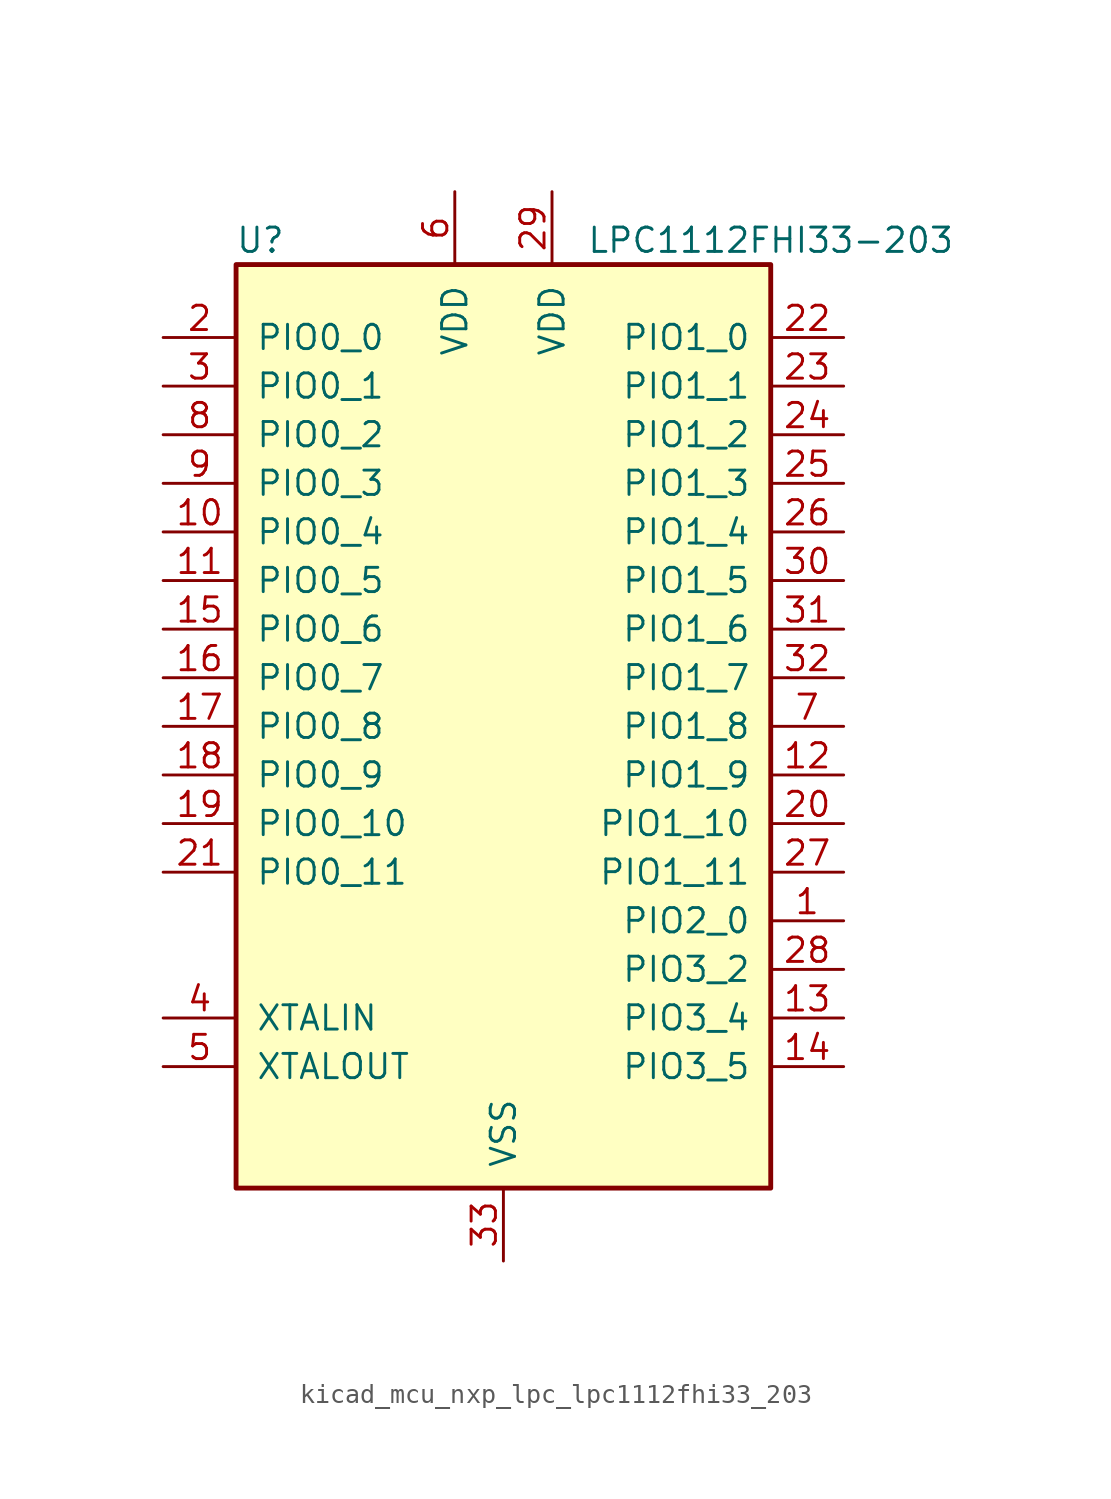
<source format=kicad_sym>
(kicad_symbol_lib
  (version 20220914)
  (generator kicad_symbol_editor)
  (symbol "kicad_mcu_nxp_lpc_lpc1112fhi33_203"
    (pin_names
      (offset 1.016))
    (property "Reference" "U"
      (at -12.7 25.4 0)
      (effects (font (size 1.27 1.27))))
    (property "Value" "LPC1112FHI33-203"
      (at 13.97 25.4 0)
      (effects (font (size 1.27 1.27))))
    (symbol "kicad_mcu_nxp_lpc_lpc1112fhi33_203_0_1"
      (rectangle (start -13.97 24.13) (end 13.97 -24.13) (stroke (width 0.254) (type default)) (fill (type background))))
    (symbol "kicad_mcu_nxp_lpc_lpc1112fhi33_203_1_1"
      (pin bidirectional line (at 17.78 -10.16 180) (length 3.81) (name "PIO2_0" (effects (font (size 1.27 1.27)))) (number "1" (effects (font (size 1.27 1.27)))))
      (pin bidirectional line (at -17.78 10.16 0) (length 3.81) (name "PIO0_4" (effects (font (size 1.27 1.27)))) (number "10" (effects (font (size 1.27 1.27)))))
      (pin bidirectional line (at -17.78 7.62 0) (length 3.81) (name "PIO0_5" (effects (font (size 1.27 1.27)))) (number "11" (effects (font (size 1.27 1.27)))))
      (pin bidirectional line (at 17.78 -2.54 180) (length 3.81) (name "PIO1_9" (effects (font (size 1.27 1.27)))) (number "12" (effects (font (size 1.27 1.27)))))
      (pin bidirectional line (at 17.78 -15.24 180) (length 3.81) (name "PIO3_4" (effects (font (size 1.27 1.27)))) (number "13" (effects (font (size 1.27 1.27)))))
      (pin bidirectional line (at 17.78 -17.78 180) (length 3.81) (name "PIO3_5" (effects (font (size 1.27 1.27)))) (number "14" (effects (font (size 1.27 1.27)))))
      (pin bidirectional line (at -17.78 5.08 0) (length 3.81) (name "PIO0_6" (effects (font (size 1.27 1.27)))) (number "15" (effects (font (size 1.27 1.27)))))
      (pin bidirectional line (at -17.78 2.54 0) (length 3.81) (name "PIO0_7" (effects (font (size 1.27 1.27)))) (number "16" (effects (font (size 1.27 1.27)))))
      (pin bidirectional line (at -17.78 0 0) (length 3.81) (name "PIO0_8" (effects (font (size 1.27 1.27)))) (number "17" (effects (font (size 1.27 1.27)))))
      (pin bidirectional line (at -17.78 -2.54 0) (length 3.81) (name "PIO0_9" (effects (font (size 1.27 1.27)))) (number "18" (effects (font (size 1.27 1.27)))))
      (pin bidirectional line (at -17.78 -5.08 0) (length 3.81) (name "PIO0_10" (effects (font (size 1.27 1.27)))) (number "19" (effects (font (size 1.27 1.27)))))
      (pin bidirectional line (at -17.78 20.32 0) (length 3.81) (name "PIO0_0" (effects (font (size 1.27 1.27)))) (number "2" (effects (font (size 1.27 1.27)))))
      (pin bidirectional line (at 17.78 -5.08 180) (length 3.81) (name "PIO1_10" (effects (font (size 1.27 1.27)))) (number "20" (effects (font (size 1.27 1.27)))))
      (pin bidirectional line (at -17.78 -7.62 0) (length 3.81) (name "PIO0_11" (effects (font (size 1.27 1.27)))) (number "21" (effects (font (size 1.27 1.27)))))
      (pin bidirectional line (at 17.78 20.32 180) (length 3.81) (name "PIO1_0" (effects (font (size 1.27 1.27)))) (number "22" (effects (font (size 1.27 1.27)))))
      (pin bidirectional line (at 17.78 17.78 180) (length 3.81) (name "PIO1_1" (effects (font (size 1.27 1.27)))) (number "23" (effects (font (size 1.27 1.27)))))
      (pin bidirectional line (at 17.78 15.24 180) (length 3.81) (name "PIO1_2" (effects (font (size 1.27 1.27)))) (number "24" (effects (font (size 1.27 1.27)))))
      (pin bidirectional line (at 17.78 12.7 180) (length 3.81) (name "PIO1_3" (effects (font (size 1.27 1.27)))) (number "25" (effects (font (size 1.27 1.27)))))
      (pin bidirectional line (at 17.78 10.16 180) (length 3.81) (name "PIO1_4" (effects (font (size 1.27 1.27)))) (number "26" (effects (font (size 1.27 1.27)))))
      (pin bidirectional line (at 17.78 -7.62 180) (length 3.81) (name "PIO1_11" (effects (font (size 1.27 1.27)))) (number "27" (effects (font (size 1.27 1.27)))))
      (pin bidirectional line (at 17.78 -12.7 180) (length 3.81) (name "PIO3_2" (effects (font (size 1.27 1.27)))) (number "28" (effects (font (size 1.27 1.27)))))
      (pin power_in line (at 2.54 27.94 270) (length 3.81) (name "VDD" (effects (font (size 1.27 1.27)))) (number "29" (effects (font (size 1.27 1.27)))))
      (pin bidirectional line (at -17.78 17.78 0) (length 3.81) (name "PIO0_1" (effects (font (size 1.27 1.27)))) (number "3" (effects (font (size 1.27 1.27)))))
      (pin bidirectional line (at 17.78 7.62 180) (length 3.81) (name "PIO1_5" (effects (font (size 1.27 1.27)))) (number "30" (effects (font (size 1.27 1.27)))))
      (pin bidirectional line (at 17.78 5.08 180) (length 3.81) (name "PIO1_6" (effects (font (size 1.27 1.27)))) (number "31" (effects (font (size 1.27 1.27)))))
      (pin bidirectional line (at 17.78 2.54 180) (length 3.81) (name "PIO1_7" (effects (font (size 1.27 1.27)))) (number "32" (effects (font (size 1.27 1.27)))))
      (pin power_in line (at 0 -27.94 90) (length 3.81) (name "VSS" (effects (font (size 1.27 1.27)))) (number "33" (effects (font (size 1.27 1.27)))))
      (pin input line (at -17.78 -15.24 0) (length 3.81) (name "XTALIN" (effects (font (size 1.27 1.27)))) (number "4" (effects (font (size 1.27 1.27)))))
      (pin output line (at -17.78 -17.78 0) (length 3.81) (name "XTALOUT" (effects (font (size 1.27 1.27)))) (number "5" (effects (font (size 1.27 1.27)))))
      (pin power_in line (at -2.54 27.94 270) (length 3.81) (name "VDD" (effects (font (size 1.27 1.27)))) (number "6" (effects (font (size 1.27 1.27)))))
      (pin bidirectional line (at 17.78 0 180) (length 3.81) (name "PIO1_8" (effects (font (size 1.27 1.27)))) (number "7" (effects (font (size 1.27 1.27)))))
      (pin bidirectional line (at -17.78 15.24 0) (length 3.81) (name "PIO0_2" (effects (font (size 1.27 1.27)))) (number "8" (effects (font (size 1.27 1.27)))))
      (pin bidirectional line (at -17.78 12.7 0) (length 3.81) (name "PIO0_3" (effects (font (size 1.27 1.27)))) (number "9" (effects (font (size 1.27 1.27))))))))
</source>
